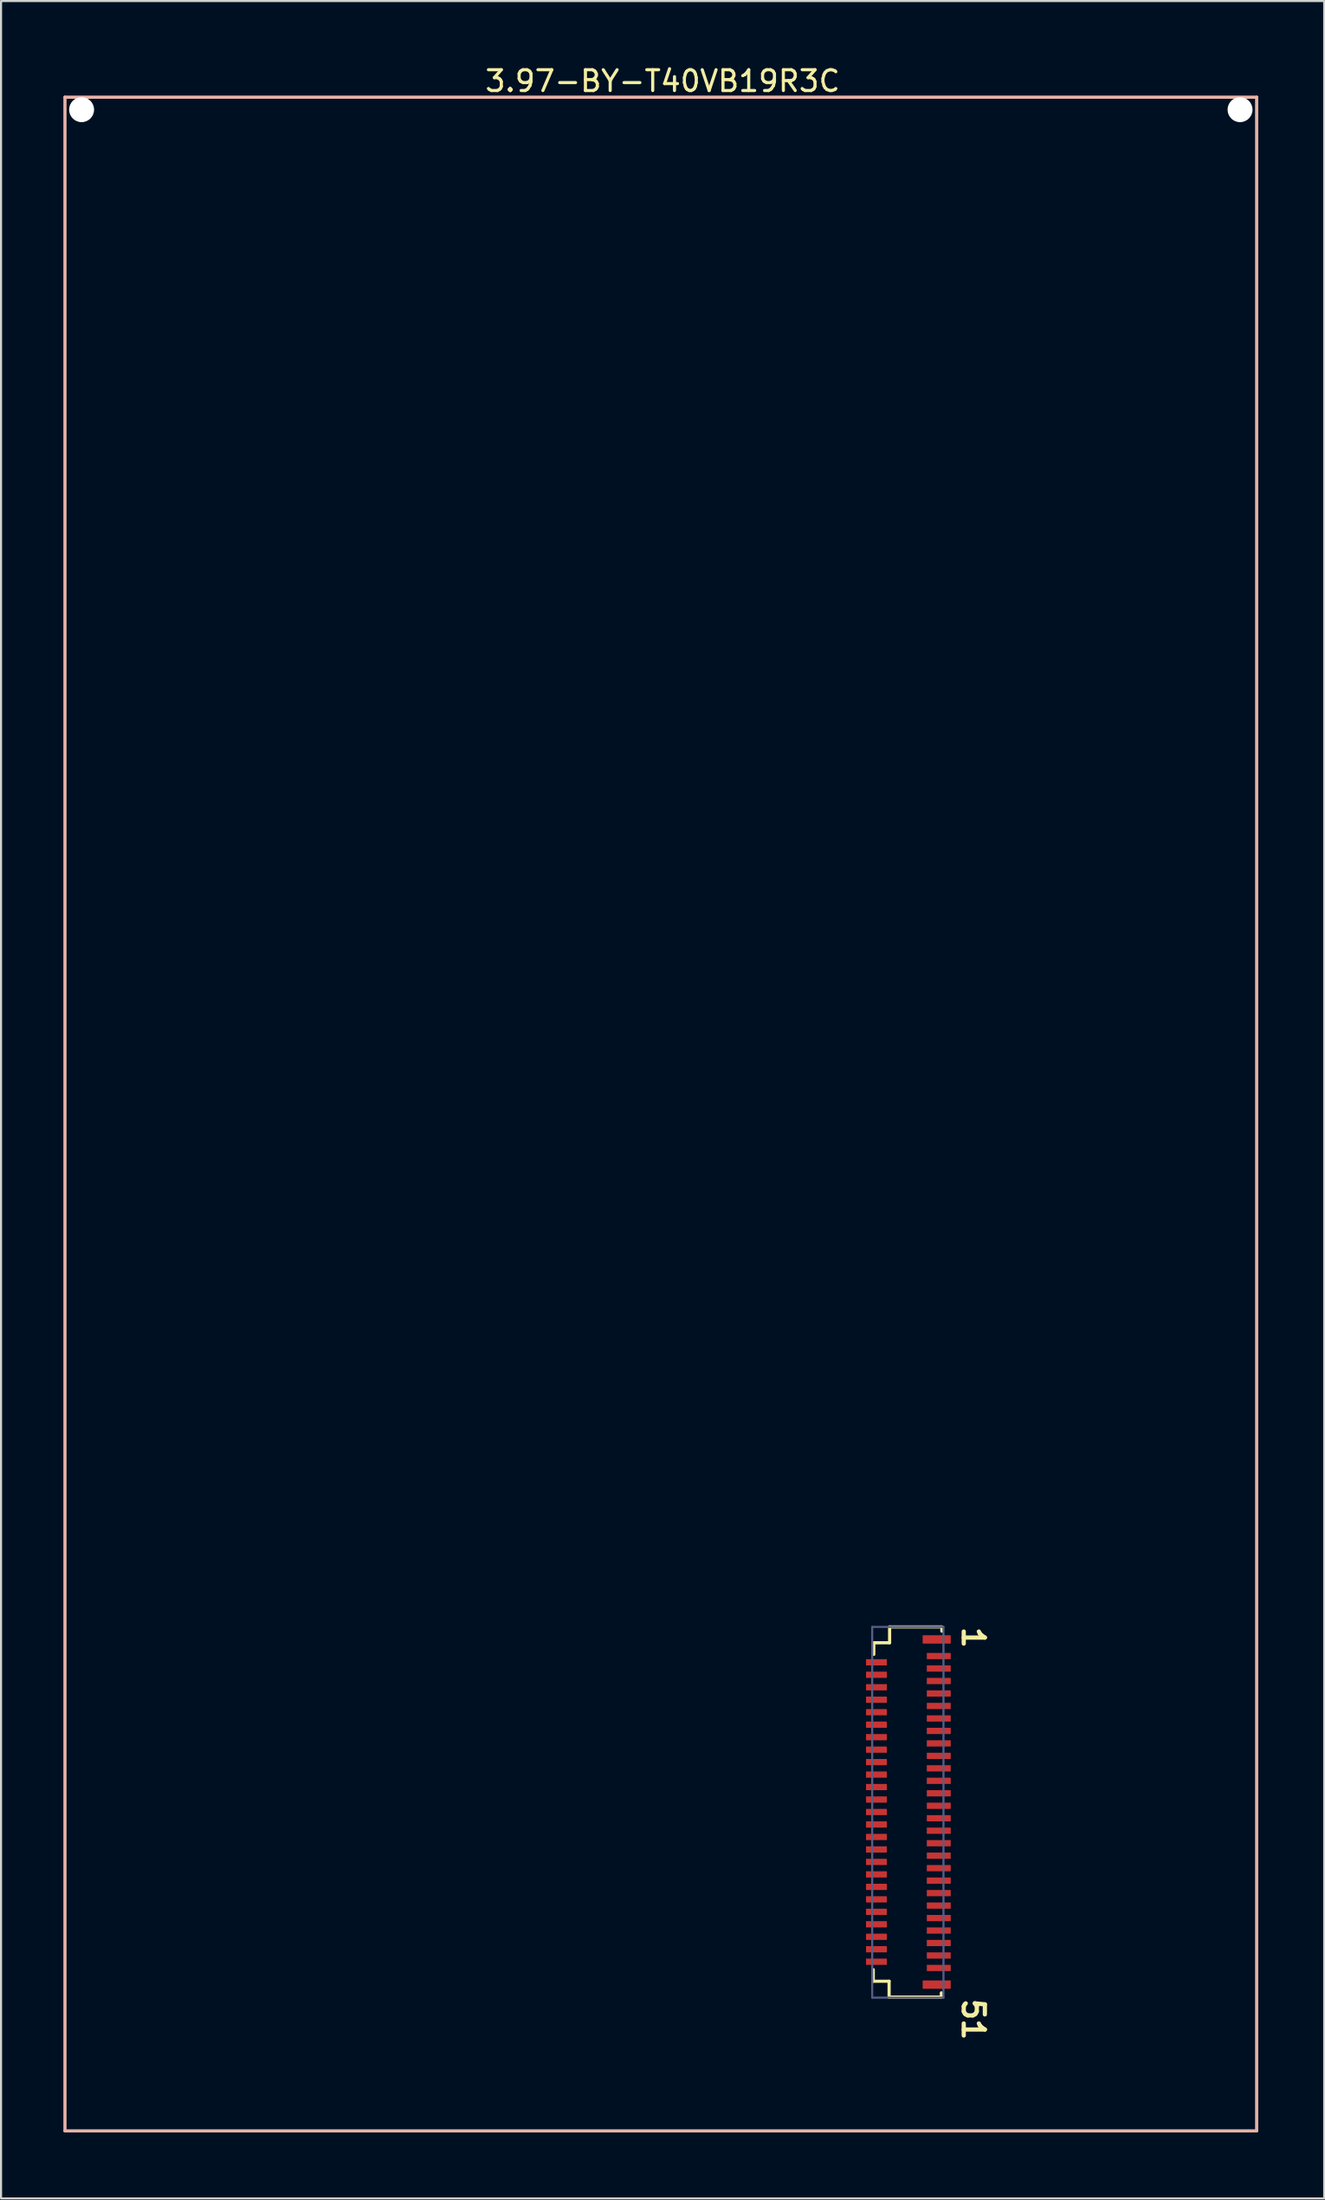
<source format=kicad_pcb>
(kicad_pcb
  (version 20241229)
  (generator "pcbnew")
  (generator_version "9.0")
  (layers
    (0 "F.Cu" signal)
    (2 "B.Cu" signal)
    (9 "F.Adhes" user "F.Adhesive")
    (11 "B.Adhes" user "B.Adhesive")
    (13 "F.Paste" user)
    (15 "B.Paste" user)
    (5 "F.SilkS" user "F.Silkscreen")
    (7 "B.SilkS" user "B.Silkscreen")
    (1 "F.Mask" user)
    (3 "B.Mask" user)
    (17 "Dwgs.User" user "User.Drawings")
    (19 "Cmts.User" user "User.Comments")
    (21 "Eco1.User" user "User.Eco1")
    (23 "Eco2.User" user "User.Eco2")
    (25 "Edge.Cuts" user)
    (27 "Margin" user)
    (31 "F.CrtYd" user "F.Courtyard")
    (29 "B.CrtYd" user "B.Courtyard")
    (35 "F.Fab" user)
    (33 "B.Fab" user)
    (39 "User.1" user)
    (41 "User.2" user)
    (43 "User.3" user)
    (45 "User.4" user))
  (footprint "3.97-BY-T40VB19R3C"
    (layer "F.Cu")
    (at 57.416 99.424)
    (property "Reference" "3.97-BY-T40VB19R3C" (at -28.583 -98.576 0) (layer "F.SilkS") (effects (font (size 1 1) (thickness 0.15))))
    (fp_line (start -18.448 -7.196) (end -18.448 -7.755) (stroke (width 0.152) (type solid)) (layer "F.SilkS"))
    (fp_line (start -18.448 -7.196) (end -17.686 -7.196) (stroke (width 0.152) (type solid)) (layer "F.SilkS"))
    (fp_line (start -18.423 -23.474) (end -17.661 -23.474) (stroke (width 0.152) (type solid)) (layer "F.SilkS"))
    (fp_line (start -18.423 -22.915) (end -18.423 -23.474) (stroke (width 0.152) (type solid)) (layer "F.SilkS"))
    (fp_line (start -17.686 -6.434) (end -17.686 -7.196) (stroke (width 0.152) (type solid)) (layer "F.SilkS"))
    (fp_line (start -17.686 -6.434) (end -15.172 -6.434) (stroke (width 0.152) (type solid)) (layer "F.SilkS"))
    (fp_line (start -17.661 -24.236) (end -15.146 -24.236) (stroke (width 0.152) (type solid)) (layer "F.SilkS"))
    (fp_line (start -17.661 -23.474) (end -17.661 -24.236) (stroke (width 0.152) (type solid)) (layer "F.SilkS"))
    (fp_line (start -15.172 -6.51) (end -15.172 -6.637) (stroke (width 0.152) (type solid)) (layer "F.SilkS"))
    (fp_line (start -15.146 -24.033) (end -15.146 -24.16) (stroke (width 0.152) (type solid)) (layer "F.SilkS"))
    (fp_line (start -57.34 -97.8) (end 0 -97.8) (stroke (width 0.152) (type solid)) (layer "B.SilkS"))
    (fp_line (start -57.34 0) (end -57.34 -97.8) (stroke (width 0.152) (type solid)) (layer "B.SilkS"))
    (fp_line (start -57.34 0) (end 0 0) (stroke (width 0.152) (type solid)) (layer "B.SilkS"))
    (fp_line (start 0 0) (end 0 -97.8) (stroke (width 0.152) (type solid)) (layer "B.SilkS"))
    (fp_line (start -18.499 -24.236) (end -15.07 -24.236) (stroke (width 0.1) (type solid)) (layer "B.Fab"))
    (fp_line (start -18.499 -6.408) (end -18.499 -24.236) (stroke (width 0.1) (type solid)) (layer "B.Fab"))
    (fp_line (start -18.499 -6.408) (end -15.07 -6.408) (stroke (width 0.1) (type solid)) (layer "B.Fab"))
    (fp_line (start -15.07 -6.408) (end -15.07 -24.236) (stroke (width 0.1) (type solid)) (layer "B.Fab"))
    (fp_text user "1" (at -14.229 -24.341 270) (unlocked yes) (layer "F.SilkS") (effects (font (size 1.016 1.016) (thickness 0.203)) (justify left bottom)))
    (fp_text user "51" (at -14.229 -6.46 270) (unlocked yes) (layer "F.SilkS") (effects (font (size 1.016 1.016) (thickness 0.203)) (justify left bottom)))
    (pad "" np_thru_hole circle (at -56.54 -97.2) (size 1.2 1.2) (drill 1.2) (layers "*.Cu" "*.Mask"))
    (pad "" np_thru_hole circle (at -0.8 -97.2) (size 1.2 1.2) (drill 1.2) (layers "*.Cu" "*.Mask"))
    (pad "1" smd rect (at -15.296 -22.834 180) (size 1.15 0.3) (layers "F.Cu" "F.Mask" "F.Paste"))
    (pad "2" smd rect (at -18.296 -22.534 180) (size 1 0.3) (layers "F.Cu" "F.Mask" "F.Paste"))
    (pad "3" smd rect (at -15.296 -22.234 180) (size 1.15 0.3) (layers "F.Cu" "F.Mask" "F.Paste"))
    (pad "4" smd rect (at -18.296 -21.934 180) (size 1 0.3) (layers "F.Cu" "F.Mask" "F.Paste"))
    (pad "5" smd rect (at -15.296 -21.634 180) (size 1.15 0.3) (layers "F.Cu" "F.Mask" "F.Paste"))
    (pad "6" smd rect (at -18.296 -21.334 180) (size 1 0.3) (layers "F.Cu" "F.Mask" "F.Paste"))
    (pad "7" smd rect (at -15.296 -21.034 180) (size 1.15 0.3) (layers "F.Cu" "F.Mask" "F.Paste"))
    (pad "8" smd rect (at -18.296 -20.734 180) (size 1 0.3) (layers "F.Cu" "F.Mask" "F.Paste"))
    (pad "9" smd rect (at -15.296 -20.434 180) (size 1.15 0.3) (layers "F.Cu" "F.Mask" "F.Paste"))
    (pad "10" smd rect (at -18.296 -20.134 180) (size 1 0.3) (layers "F.Cu" "F.Mask" "F.Paste"))
    (pad "11" smd rect (at -15.296 -19.834 180) (size 1.15 0.3) (layers "F.Cu" "F.Mask" "F.Paste"))
    (pad "12" smd rect (at -18.296 -19.534 180) (size 1 0.3) (layers "F.Cu" "F.Mask" "F.Paste"))
    (pad "13" smd rect (at -15.296 -19.234 180) (size 1.15 0.3) (layers "F.Cu" "F.Mask" "F.Paste"))
    (pad "14" smd rect (at -18.296 -18.934 180) (size 1 0.3) (layers "F.Cu" "F.Mask" "F.Paste"))
    (pad "15" smd rect (at -15.296 -18.634 180) (size 1.15 0.3) (layers "F.Cu" "F.Mask" "F.Paste"))
    (pad "16" smd rect (at -18.296 -18.334 180) (size 1 0.3) (layers "F.Cu" "F.Mask" "F.Paste"))
    (pad "17" smd rect (at -15.296 -18.034 180) (size 1.15 0.3) (layers "F.Cu" "F.Mask" "F.Paste"))
    (pad "18" smd rect (at -18.296 -17.734 180) (size 1 0.3) (layers "F.Cu" "F.Mask" "F.Paste"))
    (pad "19" smd rect (at -15.296 -17.434 180) (size 1.15 0.3) (layers "F.Cu" "F.Mask" "F.Paste"))
    (pad "20" smd rect (at -18.296 -17.134 180) (size 1 0.3) (layers "F.Cu" "F.Mask" "F.Paste"))
    (pad "21" smd rect (at -15.296 -16.834 180) (size 1.15 0.3) (layers "F.Cu" "F.Mask" "F.Paste"))
    (pad "22" smd rect (at -18.296 -16.534 180) (size 1 0.3) (layers "F.Cu" "F.Mask" "F.Paste"))
    (pad "23" smd rect (at -15.296 -16.234 180) (size 1.15 0.3) (layers "F.Cu" "F.Mask" "F.Paste"))
    (pad "24" smd rect (at -18.296 -15.934 180) (size 1 0.3) (layers "F.Cu" "F.Mask" "F.Paste"))
    (pad "25" smd rect (at -15.296 -15.634 180) (size 1.15 0.3) (layers "F.Cu" "F.Mask" "F.Paste"))
    (pad "26" smd rect (at -18.296 -15.334 180) (size 1 0.3) (layers "F.Cu" "F.Mask" "F.Paste"))
    (pad "27" smd rect (at -15.296 -15.034 180) (size 1.15 0.3) (layers "F.Cu" "F.Mask" "F.Paste"))
    (pad "28" smd rect (at -18.296 -14.734 180) (size 1 0.3) (layers "F.Cu" "F.Mask" "F.Paste"))
    (pad "29" smd rect (at -15.296 -14.434 180) (size 1.15 0.3) (layers "F.Cu" "F.Mask" "F.Paste"))
    (pad "30" smd rect (at -18.296 -14.134 180) (size 1 0.3) (layers "F.Cu" "F.Mask" "F.Paste"))
    (pad "31" smd rect (at -15.296 -13.834 180) (size 1.15 0.3) (layers "F.Cu" "F.Mask" "F.Paste"))
    (pad "32" smd rect (at -18.296 -13.534 180) (size 1 0.3) (layers "F.Cu" "F.Mask" "F.Paste"))
    (pad "33" smd rect (at -15.296 -13.234 180) (size 1.15 0.3) (layers "F.Cu" "F.Mask" "F.Paste"))
    (pad "34" smd rect (at -18.296 -12.934 180) (size 1 0.3) (layers "F.Cu" "F.Mask" "F.Paste"))
    (pad "35" smd rect (at -15.296 -12.634 180) (size 1.15 0.3) (layers "F.Cu" "F.Mask" "F.Paste"))
    (pad "36" smd rect (at -18.296 -12.334 180) (size 1 0.3) (layers "F.Cu" "F.Mask" "F.Paste"))
    (pad "37" smd rect (at -15.296 -12.034 180) (size 1.15 0.3) (layers "F.Cu" "F.Mask" "F.Paste"))
    (pad "38" smd rect (at -18.296 -11.734 180) (size 1 0.3) (layers "F.Cu" "F.Mask" "F.Paste"))
    (pad "39" smd rect (at -15.296 -11.434 180) (size 1.15 0.3) (layers "F.Cu" "F.Mask" "F.Paste"))
    (pad "40" smd rect (at -18.296 -11.134 180) (size 1 0.3) (layers "F.Cu" "F.Mask" "F.Paste"))
    (pad "41" smd rect (at -15.296 -10.834 180) (size 1.15 0.3) (layers "F.Cu" "F.Mask" "F.Paste"))
    (pad "42" smd rect (at -18.296 -10.534 180) (size 1 0.3) (layers "F.Cu" "F.Mask" "F.Paste"))
    (pad "43" smd rect (at -15.296 -10.234 180) (size 1.15 0.3) (layers "F.Cu" "F.Mask" "F.Paste"))
    (pad "44" smd rect (at -18.296 -9.934 180) (size 1 0.3) (layers "F.Cu" "F.Mask" "F.Paste"))
    (pad "45" smd rect (at -15.296 -9.634 180) (size 1.15 0.3) (layers "F.Cu" "F.Mask" "F.Paste"))
    (pad "46" smd rect (at -18.296 -9.334 180) (size 1 0.3) (layers "F.Cu" "F.Mask" "F.Paste"))
    (pad "47" smd rect (at -15.296 -9.034 180) (size 1.15 0.3) (layers "F.Cu" "F.Mask" "F.Paste"))
    (pad "48" smd rect (at -18.296 -8.734 180) (size 1 0.3) (layers "F.Cu" "F.Mask" "F.Paste"))
    (pad "49" smd rect (at -15.296 -8.434 180) (size 1.15 0.3) (layers "F.Cu" "F.Mask" "F.Paste"))
    (pad "50" smd rect (at -18.296 -8.134 180) (size 1 0.3) (layers "F.Cu" "F.Mask" "F.Paste"))
    (pad "51" smd rect (at -15.296 -7.834 180) (size 1.15 0.3) (layers "F.Cu" "F.Mask" "F.Paste"))
    (pad "60" smd rect (at -15.396 -7.034) (size 1.35 0.4) (layers "F.Cu" "F.Mask" "F.Paste"))
    (pad "61" smd rect (at -15.396 -23.634 180) (size 1.35 0.4) (layers "F.Cu" "F.Mask" "F.Paste")))
  (gr_rect
    (start -3 -3)
    (end 60.666 102.674)
    (stroke (width 0.1) (type default))
    (fill no)
    (layer "Edge.Cuts")))
</source>
